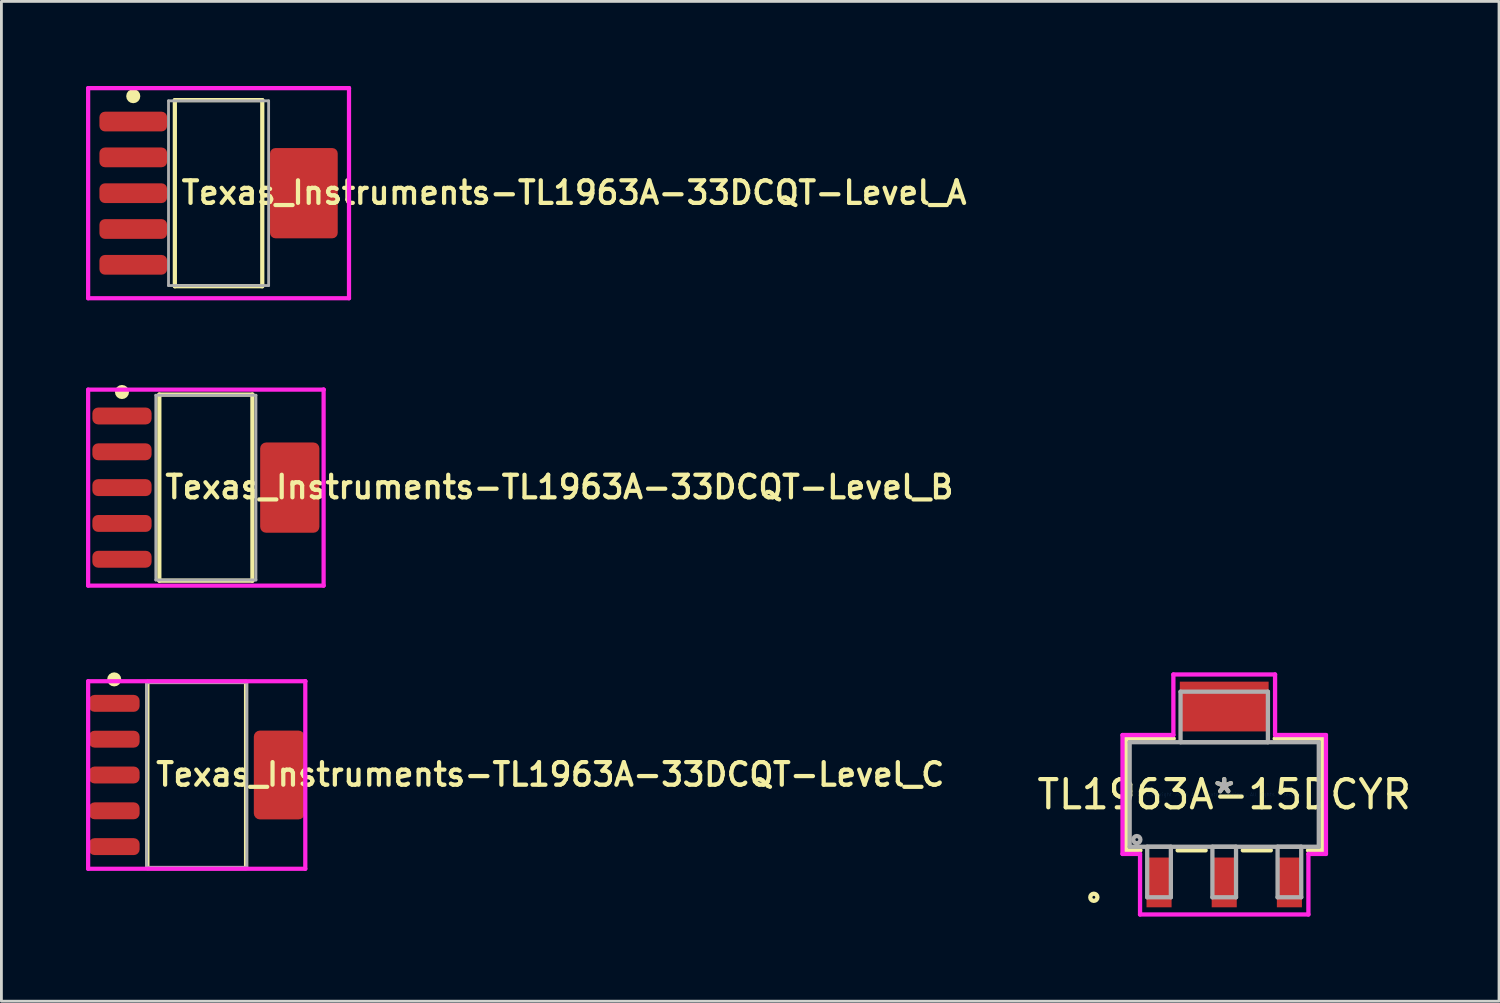
<source format=kicad_pcb>
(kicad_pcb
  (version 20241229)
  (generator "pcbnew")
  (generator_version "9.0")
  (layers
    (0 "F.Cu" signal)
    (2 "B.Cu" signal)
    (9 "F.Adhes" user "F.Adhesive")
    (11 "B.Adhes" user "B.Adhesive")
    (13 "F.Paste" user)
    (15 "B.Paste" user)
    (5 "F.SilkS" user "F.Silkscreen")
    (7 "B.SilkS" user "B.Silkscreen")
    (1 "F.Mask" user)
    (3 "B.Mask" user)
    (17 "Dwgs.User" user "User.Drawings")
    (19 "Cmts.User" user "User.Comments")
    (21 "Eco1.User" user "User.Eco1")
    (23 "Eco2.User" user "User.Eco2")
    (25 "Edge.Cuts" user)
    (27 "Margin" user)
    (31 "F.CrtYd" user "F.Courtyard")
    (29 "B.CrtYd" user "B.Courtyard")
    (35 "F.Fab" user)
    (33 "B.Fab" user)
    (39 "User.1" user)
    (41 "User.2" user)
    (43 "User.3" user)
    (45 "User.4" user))
  (footprint "Texas_Instruments-TL1963A-33DCQT-Level_C"
    (layer "F.Cu")
    (at 3.925 24.43)
    (property "Reference" "Texas_Instruments-TL1963A-33DCQT-Level_C" (at -1.524 -0.019 0) (layer "F.SilkS") (effects (font (size 0.8 0.8) (thickness 0.15)) (justify left)))
    (attr through_hole)
    (fp_line (start -1.75 -3.3) (end 1.75 -3.3) (stroke (width 0.15) (type solid)) (layer "F.SilkS"))
    (fp_line (start -1.75 3.3) (end -1.75 -3.3) (stroke (width 0.15) (type solid)) (layer "F.SilkS"))
    (fp_line (start -1.75 3.3) (end 1.75 3.3) (stroke (width 0.15) (type solid)) (layer "F.SilkS"))
    (fp_line (start 1.75 3.3) (end 1.75 -3.3) (stroke (width 0.15) (type solid)) (layer "F.SilkS"))
    (fp_circle (center -2.925 -3.39) (end -2.8 -3.39) (stroke (width 0.25) (type solid)) (fill no) (layer "F.SilkS"))
    (fp_line (start -3.85 -3.325) (end -3.85 3.325) (stroke (width 0.15) (type solid)) (layer "F.CrtYd"))
    (fp_line (start -3.85 3.325) (end 3.85 3.325) (stroke (width 0.15) (type solid)) (layer "F.CrtYd"))
    (fp_line (start 3.85 -3.325) (end -3.85 -3.325) (stroke (width 0.15) (type solid)) (layer "F.CrtYd"))
    (fp_line (start 3.85 -3.325) (end 3.85 -3.325) (stroke (width 0.15) (type solid)) (layer "F.CrtYd"))
    (fp_line (start 3.85 3.325) (end 3.85 -3.325) (stroke (width 0.15) (type solid)) (layer "F.CrtYd"))
    (fp_line (start -1.775 -3.275) (end 1.775 -3.275) (stroke (width 0.1) (type solid)) (layer "F.Fab"))
    (fp_line (start -1.775 3.275) (end -1.775 -3.275) (stroke (width 0.1) (type solid)) (layer "F.Fab"))
    (fp_line (start -1.775 3.275) (end 1.775 3.275) (stroke (width 0.1) (type solid)) (layer "F.Fab"))
    (fp_line (start 1.775 3.275) (end 1.775 -3.275) (stroke (width 0.1) (type solid)) (layer "F.Fab"))
    (pad "1" smd roundrect (at -2.925 -2.54 270) (size 0.6 1.8) (layers "F.Cu" "F.Mask" "F.Paste") (roundrect_rratio 0.34))
    (pad "2" smd roundrect (at -2.925 -1.27 270) (size 0.6 1.8) (layers "F.Cu" "F.Mask" "F.Paste") (roundrect_rratio 0.34))
    (pad "3" smd roundrect (at -2.925 -0.000001 270) (size 0.6 1.8) (layers "F.Cu" "F.Mask" "F.Paste") (roundrect_rratio 0.34))
    (pad "4" smd roundrect (at -2.925 1.27 270) (size 0.6 1.8) (layers "F.Cu" "F.Mask" "F.Paste") (roundrect_rratio 0.34))
    (pad "5" smd roundrect (at -2.925 2.54 270) (size 0.6 1.8) (layers "F.Cu" "F.Mask" "F.Paste") (roundrect_rratio 0.34))
    (pad "6" smd roundrect (at 2.925 -0.000001 270) (size 3.15 1.8) (layers "F.Cu" "F.Mask" "F.Paste") (roundrect_rratio 0.12)))
  (footprint "Texas_Instruments-TL1963A-33DCQT-Level_A"
    (layer "F.Cu")
    (at 4.7 3.8)
    (property "Reference" "Texas_Instruments-TL1963A-33DCQT-Level_A" (at -1.397 -0.019 0) (layer "F.SilkS") (effects (font (size 0.8 0.8) (thickness 0.15)) (justify left)))
    (attr through_hole)
    (fp_line (start -1.55 -3.3) (end 1.55 -3.3) (stroke (width 0.15) (type solid)) (layer "F.SilkS"))
    (fp_line (start -1.55 3.3) (end -1.55 -3.3) (stroke (width 0.15) (type solid)) (layer "F.SilkS"))
    (fp_line (start -1.55 3.3) (end 1.55 3.3) (stroke (width 0.15) (type solid)) (layer "F.SilkS"))
    (fp_line (start 1.55 3.3) (end 1.55 -3.3) (stroke (width 0.15) (type solid)) (layer "F.SilkS"))
    (fp_circle (center -3.025 -3.44) (end -2.9 -3.44) (stroke (width 0.25) (type solid)) (fill no) (layer "F.SilkS"))
    (fp_line (start -4.625 -3.725) (end -4.625 3.725) (stroke (width 0.15) (type solid)) (layer "F.CrtYd"))
    (fp_line (start -4.625 3.725) (end 4.625 3.725) (stroke (width 0.15) (type solid)) (layer "F.CrtYd"))
    (fp_line (start 4.625 -3.725) (end -4.625 -3.725) (stroke (width 0.15) (type solid)) (layer "F.CrtYd"))
    (fp_line (start 4.625 -3.725) (end 4.625 -3.725) (stroke (width 0.15) (type solid)) (layer "F.CrtYd"))
    (fp_line (start 4.625 3.725) (end 4.625 -3.725) (stroke (width 0.15) (type solid)) (layer "F.CrtYd"))
    (fp_line (start -1.775 -3.275) (end 1.775 -3.275) (stroke (width 0.1) (type solid)) (layer "F.Fab"))
    (fp_line (start -1.775 3.275) (end -1.775 -3.275) (stroke (width 0.1) (type solid)) (layer "F.Fab"))
    (fp_line (start -1.775 3.275) (end 1.775 3.275) (stroke (width 0.1) (type solid)) (layer "F.Fab"))
    (fp_line (start 1.775 3.275) (end 1.775 -3.275) (stroke (width 0.1) (type solid)) (layer "F.Fab"))
    (pad "1" smd roundrect (at -3.025 -2.54 270) (size 0.7 2.4) (layers "F.Cu" "F.Mask" "F.Paste") (roundrect_rratio 0.28))
    (pad "2" smd roundrect (at -3.025 -1.27 270) (size 0.7 2.4) (layers "F.Cu" "F.Mask" "F.Paste") (roundrect_rratio 0.28))
    (pad "3" smd roundrect (at -3.025 -0.000001 270) (size 0.7 2.4) (layers "F.Cu" "F.Mask" "F.Paste") (roundrect_rratio 0.28))
    (pad "4" smd roundrect (at -3.025 1.27 270) (size 0.7 2.4) (layers "F.Cu" "F.Mask" "F.Paste") (roundrect_rratio 0.28))
    (pad "5" smd roundrect (at -3.025 2.54 270) (size 0.7 2.4) (layers "F.Cu" "F.Mask" "F.Paste") (roundrect_rratio 0.28))
    (pad "6" smd roundrect (at 3.025 -0.000001 270) (size 3.2 2.4) (layers "F.Cu" "F.Mask" "F.Paste") (roundrect_rratio 0.08)))
  (footprint "Texas_Instruments-TL1963A-33DCQT-Level_B"
    (layer "F.Cu")
    (at 4.25 14.24)
    (property "Reference" "Texas_Instruments-TL1963A-33DCQT-Level_B" (at -1.524 -0.019 0) (layer "F.SilkS") (effects (font (size 0.8 0.8) (thickness 0.15)) (justify left)))
    (attr through_hole)
    (fp_line (start -1.65 -3.3) (end 1.65 -3.3) (stroke (width 0.15) (type solid)) (layer "F.SilkS"))
    (fp_line (start -1.65 3.3) (end -1.65 -3.3) (stroke (width 0.15) (type solid)) (layer "F.SilkS"))
    (fp_line (start -1.65 3.3) (end 1.65 3.3) (stroke (width 0.15) (type solid)) (layer "F.SilkS"))
    (fp_line (start 1.65 3.3) (end 1.65 -3.3) (stroke (width 0.15) (type solid)) (layer "F.SilkS"))
    (fp_circle (center -2.975 -3.39) (end -2.85 -3.39) (stroke (width 0.25) (type solid)) (fill no) (layer "F.SilkS"))
    (fp_line (start -4.175 -3.475) (end -4.175 3.475) (stroke (width 0.15) (type solid)) (layer "F.CrtYd"))
    (fp_line (start -4.175 3.475) (end 4.175 3.475) (stroke (width 0.15) (type solid)) (layer "F.CrtYd"))
    (fp_line (start 4.175 -3.475) (end -4.175 -3.475) (stroke (width 0.15) (type solid)) (layer "F.CrtYd"))
    (fp_line (start 4.175 -3.475) (end 4.175 -3.475) (stroke (width 0.15) (type solid)) (layer "F.CrtYd"))
    (fp_line (start 4.175 3.475) (end 4.175 -3.475) (stroke (width 0.15) (type solid)) (layer "F.CrtYd"))
    (fp_line (start -1.775 -3.275) (end 1.775 -3.275) (stroke (width 0.1) (type solid)) (layer "F.Fab"))
    (fp_line (start -1.775 3.275) (end -1.775 -3.275) (stroke (width 0.1) (type solid)) (layer "F.Fab"))
    (fp_line (start -1.775 3.275) (end 1.775 3.275) (stroke (width 0.1) (type solid)) (layer "F.Fab"))
    (fp_line (start 1.775 3.275) (end 1.775 -3.275) (stroke (width 0.1) (type solid)) (layer "F.Fab"))
    (pad "1" smd roundrect (at -2.975 -2.54 270) (size 0.6 2.1) (layers "F.Cu" "F.Mask" "F.Paste") (roundrect_rratio 0.34))
    (pad "2" smd roundrect (at -2.975 -1.27 270) (size 0.6 2.1) (layers "F.Cu" "F.Mask" "F.Paste") (roundrect_rratio 0.34))
    (pad "3" smd roundrect (at -2.975 -0.000001 270) (size 0.6 2.1) (layers "F.Cu" "F.Mask" "F.Paste") (roundrect_rratio 0.34))
    (pad "4" smd roundrect (at -2.975 1.27 270) (size 0.6 2.1) (layers "F.Cu" "F.Mask" "F.Paste") (roundrect_rratio 0.34))
    (pad "5" smd roundrect (at -2.975 2.54 270) (size 0.6 2.1) (layers "F.Cu" "F.Mask" "F.Paste") (roundrect_rratio 0.34))
    (pad "6" smd roundrect (at 2.975 -0.000001 270) (size 3.2 2.1) (layers "F.Cu" "F.Mask" "F.Paste") (roundrect_rratio 0.1)))
  (footprint "TL1963A-15DCYR"
    (layer "F.Cu")
    (at 40.359 25.121)
    (property "Reference" "TL1963A-15DCYR" (at 0 0 0) (layer "F.SilkS") (effects (font (size 1 1) (thickness 0.15))))
    (attr through_hole)
    (fp_line (start -3.48 -1.981) (end -3.48 1.981) (stroke (width 0.152) (type solid)) (layer "F.SilkS"))
    (fp_line (start -3.48 1.981) (end -2.971 1.981) (stroke (width 0.152) (type solid)) (layer "F.SilkS"))
    (fp_line (start -1.79 -1.981) (end -3.48 -1.981) (stroke (width 0.152) (type solid)) (layer "F.SilkS"))
    (fp_line (start -1.652 1.981) (end -0.659 1.981) (stroke (width 0.152) (type solid)) (layer "F.SilkS"))
    (fp_line (start 0.659 1.981) (end 1.652 1.981) (stroke (width 0.152) (type solid)) (layer "F.SilkS"))
    (fp_line (start 2.971 1.981) (end 3.48 1.981) (stroke (width 0.152) (type solid)) (layer "F.SilkS"))
    (fp_line (start 3.48 -1.981) (end 1.79 -1.981) (stroke (width 0.152) (type solid)) (layer "F.SilkS"))
    (fp_line (start 3.48 1.981) (end 3.48 -1.981) (stroke (width 0.152) (type solid)) (layer "F.SilkS"))
    (fp_circle (center -4.623 3.645) (end -4.496 3.645) (stroke (width 0.152) (type solid)) (fill no) (layer "F.SilkS"))
    (fp_line (start -3.607 -2.108) (end -1.803 -2.108) (stroke (width 0.152) (type solid)) (layer "F.CrtYd"))
    (fp_line (start -3.607 2.108) (end -3.607 -2.108) (stroke (width 0.152) (type solid)) (layer "F.CrtYd"))
    (fp_line (start -2.985 2.108) (end -3.607 2.108) (stroke (width 0.152) (type solid)) (layer "F.CrtYd"))
    (fp_line (start -2.985 4.255) (end -2.985 2.108) (stroke (width 0.152) (type solid)) (layer "F.CrtYd"))
    (fp_line (start -1.803 -4.255) (end 1.803 -4.255) (stroke (width 0.152) (type solid)) (layer "F.CrtYd"))
    (fp_line (start -1.803 -2.108) (end -1.803 -4.255) (stroke (width 0.152) (type solid)) (layer "F.CrtYd"))
    (fp_line (start 1.803 -4.255) (end 1.803 -2.108) (stroke (width 0.152) (type solid)) (layer "F.CrtYd"))
    (fp_line (start 1.803 -2.108) (end 3.607 -2.108) (stroke (width 0.152) (type solid)) (layer "F.CrtYd"))
    (fp_line (start 2.985 2.108) (end 2.985 4.255) (stroke (width 0.152) (type solid)) (layer "F.CrtYd"))
    (fp_line (start 2.985 4.255) (end -2.985 4.255) (stroke (width 0.152) (type solid)) (layer "F.CrtYd"))
    (fp_line (start 3.607 -2.108) (end 3.607 2.108) (stroke (width 0.152) (type solid)) (layer "F.CrtYd"))
    (fp_line (start 3.607 2.108) (end 2.985 2.108) (stroke (width 0.152) (type solid)) (layer "F.CrtYd"))
    (fp_line (start -3.353 -1.854) (end -3.353 1.854) (stroke (width 0.152) (type solid)) (layer "F.Fab"))
    (fp_line (start -3.353 1.854) (end 3.353 1.854) (stroke (width 0.152) (type solid)) (layer "F.Fab"))
    (fp_line (start -2.731 1.854) (end -2.731 3.645) (stroke (width 0.152) (type solid)) (layer "F.Fab"))
    (fp_line (start -2.731 3.645) (end -1.892 3.645) (stroke (width 0.152) (type solid)) (layer "F.Fab"))
    (fp_line (start -1.892 1.854) (end -2.731 1.854) (stroke (width 0.152) (type solid)) (layer "F.Fab"))
    (fp_line (start -1.892 3.645) (end -1.892 1.854) (stroke (width 0.152) (type solid)) (layer "F.Fab"))
    (fp_line (start -1.549 -3.645) (end -1.549 -1.854) (stroke (width 0.152) (type solid)) (layer "F.Fab"))
    (fp_line (start -1.549 -1.854) (end 1.549 -1.854) (stroke (width 0.152) (type solid)) (layer "F.Fab"))
    (fp_line (start -0.419 1.854) (end -0.419 3.645) (stroke (width 0.152) (type solid)) (layer "F.Fab"))
    (fp_line (start -0.419 3.645) (end 0.419 3.645) (stroke (width 0.152) (type solid)) (layer "F.Fab"))
    (fp_line (start 0.419 1.854) (end -0.419 1.854) (stroke (width 0.152) (type solid)) (layer "F.Fab"))
    (fp_line (start 0.419 3.645) (end 0.419 1.854) (stroke (width 0.152) (type solid)) (layer "F.Fab"))
    (fp_line (start 1.549 -3.645) (end -1.549 -3.645) (stroke (width 0.152) (type solid)) (layer "F.Fab"))
    (fp_line (start 1.549 -1.854) (end 1.549 -3.645) (stroke (width 0.152) (type solid)) (layer "F.Fab"))
    (fp_line (start 1.892 1.854) (end 1.892 3.645) (stroke (width 0.152) (type solid)) (layer "F.Fab"))
    (fp_line (start 1.892 3.645) (end 2.731 3.645) (stroke (width 0.152) (type solid)) (layer "F.Fab"))
    (fp_line (start 2.731 1.854) (end 1.892 1.854) (stroke (width 0.152) (type solid)) (layer "F.Fab"))
    (fp_line (start 2.731 3.645) (end 2.731 1.854) (stroke (width 0.152) (type solid)) (layer "F.Fab"))
    (fp_line (start 3.353 -1.854) (end -3.353 -1.854) (stroke (width 0.152) (type solid)) (layer "F.Fab"))
    (fp_line (start 3.353 1.854) (end 3.353 -1.854) (stroke (width 0.152) (type solid)) (layer "F.Fab"))
    (fp_circle (center -3.099 1.6) (end -2.972 1.6) (stroke (width 0.152) (type solid)) (fill no) (layer "F.Fab"))
    (fp_text user "*" (at 0 0 0) (layer "F.SilkS") (effects (font (size 1 1) (thickness 0.15))))
    (fp_text user "Copyright 2016 Accelerated Designs. All rights reserved." (at 0 0 0) (layer "Cmts.User") (effects (font (size 0.127 0.127) (thickness 0.002))))
    (fp_text user "*" (at 0 0 0) (layer "F.Fab") (effects (font (size 1 1) (thickness 0.15))))
    (pad "1" smd rect (at -2.311 3.118) (size 0.889 1.765) (layers "F.Cu" "F.Mask" "F.Paste"))
    (pad "2" smd rect (at 0 3.118) (size 0.889 1.765) (layers "F.Cu" "F.Mask" "F.Paste"))
    (pad "3" smd rect (at 2.311 3.118) (size 0.889 1.765) (layers "F.Cu" "F.Mask" "F.Paste"))
    (pad "4" smd rect (at 0 -3.118) (size 3.15 1.765) (layers "F.Cu" "F.Mask" "F.Paste")))
  (gr_rect
    (start -3 -3)
    (end 50.103 32.451)
    (stroke (width 0.1) (type default))
    (fill no)
    (layer "Edge.Cuts")))
</source>
